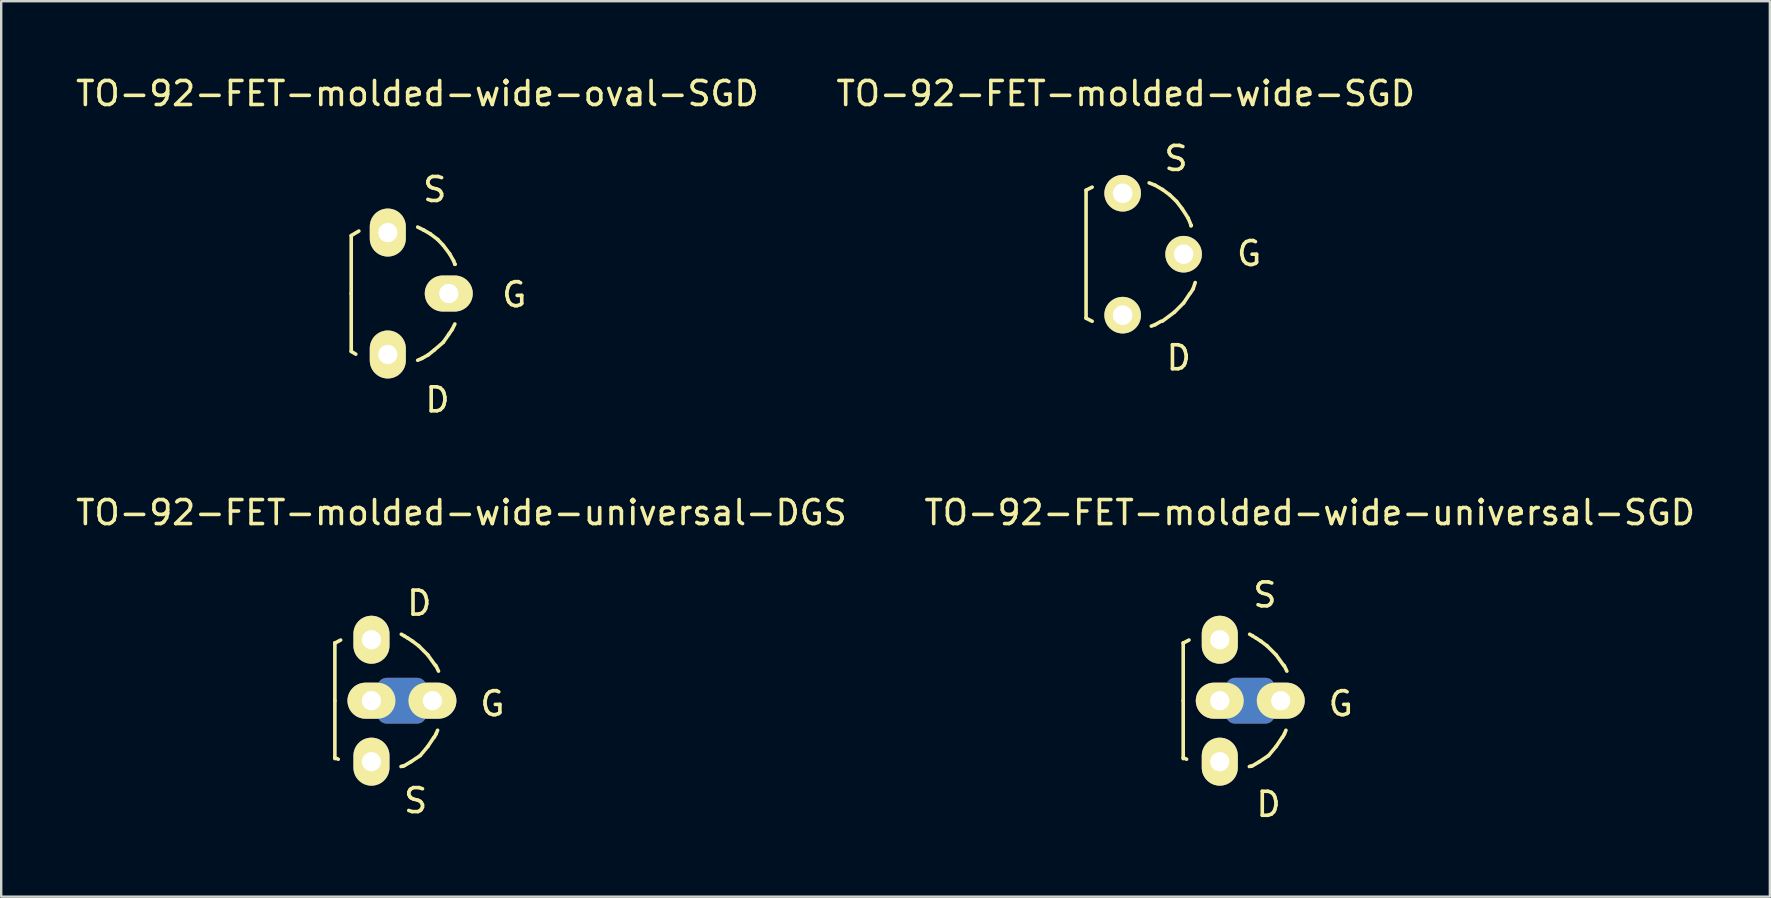
<source format=kicad_pcb>
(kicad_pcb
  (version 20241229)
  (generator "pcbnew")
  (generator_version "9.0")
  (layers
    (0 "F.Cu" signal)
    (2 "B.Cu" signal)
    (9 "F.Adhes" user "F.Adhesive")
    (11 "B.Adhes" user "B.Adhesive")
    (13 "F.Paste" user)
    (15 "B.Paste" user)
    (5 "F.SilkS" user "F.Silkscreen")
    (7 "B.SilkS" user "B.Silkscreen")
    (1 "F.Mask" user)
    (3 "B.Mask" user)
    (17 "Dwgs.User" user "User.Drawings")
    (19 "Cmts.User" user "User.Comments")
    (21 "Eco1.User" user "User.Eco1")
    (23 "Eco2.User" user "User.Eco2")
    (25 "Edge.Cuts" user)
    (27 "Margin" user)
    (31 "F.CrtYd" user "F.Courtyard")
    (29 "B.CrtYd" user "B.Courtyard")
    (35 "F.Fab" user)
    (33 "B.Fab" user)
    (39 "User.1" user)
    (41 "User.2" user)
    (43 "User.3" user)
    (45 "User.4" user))
  (footprint "TO-92-FET-molded-wide-universal-DGS"
    (layer "F.Cu")
    (at 12.426 26.144)
    (property "Reference" "TO-92-FET-molded-wide-universal-DGS" (at 3.747 -7.836 0) (layer "F.SilkS") (effects (font (size 1 1) (thickness 0.15))))
    (attr through_hole)
    (fp_line (start 0.635 -0.572) (end 1.905 -0.572) (stroke (width 0.762) (type solid)) (layer "F.Cu"))
    (fp_line (start 0.635 0.572) (end 1.905 0.572) (stroke (width 0.762) (type solid)) (layer "F.Cu"))
    (fp_line (start 0.889 0) (end 1.524 0) (stroke (width 0.762) (type solid)) (layer "F.Cu"))
    (fp_line (start 0.635 -0.572) (end 1.905 -0.572) (stroke (width 0.762) (type solid)) (layer "B.Cu"))
    (fp_line (start 0.635 0.572) (end 1.905 0.572) (stroke (width 0.762) (type solid)) (layer "B.Cu"))
    (fp_line (start 0.889 0) (end 1.524 0) (stroke (width 0.762) (type solid)) (layer "B.Cu"))
    (fp_line (start -1.524 -2.4) (end -1.283 -2.527) (stroke (width 0.15) (type solid)) (layer "F.SilkS"))
    (fp_line (start -1.524 0) (end -1.524 -2.413) (stroke (width 0.15) (type solid)) (layer "F.SilkS"))
    (fp_line (start -1.524 0) (end -1.524 2.413) (stroke (width 0.15) (type solid)) (layer "F.SilkS"))
    (fp_line (start -1.524 2.375) (end -1.384 2.438) (stroke (width 0.15) (type solid)) (layer "F.SilkS"))
    (fp_line (start 1.308 2.718) (end 1.232 2.743) (stroke (width 0.15) (type solid)) (layer "F.SilkS"))
    (fp_line (start 1.359 -2.705) (end 1.245 -2.769) (stroke (width 0.15) (type solid)) (layer "F.SilkS"))
    (fp_line (start 1.499 -2.616) (end 1.359 -2.705) (stroke (width 0.15) (type solid)) (layer "F.SilkS"))
    (fp_line (start 1.524 -2.603) (end 1.714 -2.477) (stroke (width 0.15) (type solid)) (layer "F.SilkS"))
    (fp_line (start 1.651 2.54) (end 1.333 2.731) (stroke (width 0.15) (type solid)) (layer "F.SilkS"))
    (fp_line (start 1.714 -2.477) (end 1.968 -2.286) (stroke (width 0.15) (type solid)) (layer "F.SilkS"))
    (fp_line (start 1.968 -2.286) (end 2.349 -1.905) (stroke (width 0.15) (type solid)) (layer "F.SilkS"))
    (fp_line (start 2.032 2.286) (end 1.651 2.54) (stroke (width 0.15) (type solid)) (layer "F.SilkS"))
    (fp_line (start 2.349 -1.905) (end 2.667 -1.46) (stroke (width 0.15) (type solid)) (layer "F.SilkS"))
    (fp_line (start 2.349 1.905) (end 2.032 2.286) (stroke (width 0.15) (type solid)) (layer "F.SilkS"))
    (fp_line (start 2.603 1.524) (end 2.349 1.905) (stroke (width 0.15) (type solid)) (layer "F.SilkS"))
    (fp_line (start 2.616 1.524) (end 2.692 1.384) (stroke (width 0.15) (type solid)) (layer "F.SilkS"))
    (fp_line (start 2.68 -1.473) (end 2.794 -1.232) (stroke (width 0.15) (type solid)) (layer "F.SilkS"))
    (fp_line (start 2.692 1.384) (end 2.756 1.232) (stroke (width 0.15) (type solid)) (layer "F.SilkS"))
    (fp_text user "S" (at 1.841 4.166 0) (layer "F.SilkS") (effects (font (size 1 1) (thickness 0.15))))
    (fp_text user "D" (at 1.994 -4.064 0) (layer "F.SilkS") (effects (font (size 1 1) (thickness 0.15))))
    (fp_text user "G" (at 5.042 0.127 0) (layer "F.SilkS") (effects (font (size 1 1) (thickness 0.15))))
    (pad "D" thru_hole oval (at 0 -2.54) (size 1.501 1.999) (drill 0.8) (layers "*.Cu" "*.Mask" "F.SilkS"))
    (pad "G" thru_hole oval (at 0 0 90) (size 1.501 1.999) (drill 0.8) (layers "*.Cu" "*.Mask" "F.SilkS"))
    (pad "G" thru_hole oval (at 2.54 0) (size 1.999 1.501) (drill 0.8) (layers "*.Cu" "*.Mask" "F.SilkS" "F.Paste"))
    (pad "S" thru_hole oval (at 0 2.54) (size 1.501 1.999) (drill 0.8) (layers "*.Cu" "*.Mask" "F.SilkS")))
  (footprint "TO-92-FET-molded-wide-oval-SGD"
    (layer "F.Cu")
    (at 13.107 9.179)
    (property "Reference" "TO-92-FET-molded-wide-oval-SGD" (at 1.232 -8.331 0) (layer "F.SilkS") (effects (font (size 1 1) (thickness 0.15))))
    (attr through_hole)
    (fp_line (start -1.524 -2.413) (end -1.206 -2.603) (stroke (width 0.15) (type solid)) (layer "F.SilkS"))
    (fp_line (start -1.524 0) (end -1.524 -2.413) (stroke (width 0.15) (type solid)) (layer "F.SilkS"))
    (fp_line (start -1.524 0) (end -1.524 2.413) (stroke (width 0.15) (type solid)) (layer "F.SilkS"))
    (fp_line (start -1.524 2.413) (end -1.333 2.527) (stroke (width 0.15) (type solid)) (layer "F.SilkS"))
    (fp_line (start 1.245 -2.769) (end 1.499 -2.642) (stroke (width 0.15) (type solid)) (layer "F.SilkS"))
    (fp_line (start 1.422 2.705) (end 1.245 2.781) (stroke (width 0.15) (type solid)) (layer "F.SilkS"))
    (fp_line (start 1.499 -2.642) (end 1.765 -2.489) (stroke (width 0.15) (type solid)) (layer "F.SilkS"))
    (fp_line (start 1.689 2.553) (end 1.422 2.705) (stroke (width 0.15) (type solid)) (layer "F.SilkS"))
    (fp_line (start 1.765 -2.489) (end 2.083 -2.248) (stroke (width 0.15) (type solid)) (layer "F.SilkS"))
    (fp_line (start 1.943 2.349) (end 1.689 2.553) (stroke (width 0.15) (type solid)) (layer "F.SilkS"))
    (fp_line (start 2.083 -2.248) (end 2.311 -2.007) (stroke (width 0.15) (type solid)) (layer "F.SilkS"))
    (fp_line (start 2.311 -2.007) (end 2.578 -1.651) (stroke (width 0.15) (type solid)) (layer "F.SilkS"))
    (fp_line (start 2.311 2.032) (end 1.943 2.349) (stroke (width 0.15) (type solid)) (layer "F.SilkS"))
    (fp_line (start 2.54 1.702) (end 2.311 2.032) (stroke (width 0.15) (type solid)) (layer "F.SilkS"))
    (fp_line (start 2.578 -1.651) (end 2.743 -1.359) (stroke (width 0.15) (type solid)) (layer "F.SilkS"))
    (fp_line (start 2.68 1.499) (end 2.54 1.702) (stroke (width 0.15) (type solid)) (layer "F.SilkS"))
    (fp_line (start 2.743 -1.359) (end 2.794 -1.219) (stroke (width 0.15) (type solid)) (layer "F.SilkS"))
    (fp_line (start 2.794 -1.219) (end 2.807 -1.219) (stroke (width 0.15) (type solid)) (layer "F.SilkS"))
    (fp_line (start 2.794 1.27) (end 2.68 1.499) (stroke (width 0.15) (type solid)) (layer "F.SilkS"))
    (fp_text user "S" (at 1.956 -4.331 0) (layer "F.SilkS") (effects (font (size 1 1) (thickness 0.15))))
    (fp_text user "G" (at 5.271 0.051 0) (layer "F.SilkS") (effects (font (size 1 1) (thickness 0.15))))
    (fp_text user "D" (at 2.07 4.432 0) (layer "F.SilkS") (effects (font (size 1 1) (thickness 0.15))))
    (pad "D" thru_hole oval (at 0 2.54) (size 1.501 1.999) (drill 0.8) (layers "*.Cu" "*.Mask" "F.SilkS"))
    (pad "G" thru_hole oval (at 2.54 0) (size 1.999 1.501) (drill 0.8) (layers "*.Cu" "*.Mask" "F.SilkS"))
    (pad "S" thru_hole oval (at 0 -2.54) (size 1.501 1.999) (drill 0.8) (layers "*.Cu" "*.Mask" "F.SilkS")))
  (footprint "TO-92-FET-molded-wide-universal-SGD"
    (layer "F.Cu")
    (at 47.771 26.144)
    (property "Reference" "TO-92-FET-molded-wide-universal-SGD" (at 3.747 -7.836 0) (layer "F.SilkS") (effects (font (size 1 1) (thickness 0.15))))
    (attr through_hole)
    (fp_line (start 0.635 -0.572) (end 1.905 -0.572) (stroke (width 0.762) (type solid)) (layer "F.Cu"))
    (fp_line (start 0.635 0.572) (end 1.905 0.572) (stroke (width 0.762) (type solid)) (layer "F.Cu"))
    (fp_line (start 0.889 0) (end 1.524 0) (stroke (width 0.762) (type solid)) (layer "F.Cu"))
    (fp_line (start 0.635 -0.572) (end 1.905 -0.572) (stroke (width 0.762) (type solid)) (layer "B.Cu"))
    (fp_line (start 0.635 0.572) (end 1.905 0.572) (stroke (width 0.762) (type solid)) (layer "B.Cu"))
    (fp_line (start 0.889 0) (end 1.524 0) (stroke (width 0.762) (type solid)) (layer "B.Cu"))
    (fp_line (start -1.524 -2.4) (end -1.283 -2.527) (stroke (width 0.15) (type solid)) (layer "F.SilkS"))
    (fp_line (start -1.524 0) (end -1.524 -2.413) (stroke (width 0.15) (type solid)) (layer "F.SilkS"))
    (fp_line (start -1.524 0) (end -1.524 2.413) (stroke (width 0.15) (type solid)) (layer "F.SilkS"))
    (fp_line (start -1.524 2.375) (end -1.384 2.438) (stroke (width 0.15) (type solid)) (layer "F.SilkS"))
    (fp_line (start 1.308 2.718) (end 1.232 2.743) (stroke (width 0.15) (type solid)) (layer "F.SilkS"))
    (fp_line (start 1.359 -2.705) (end 1.245 -2.769) (stroke (width 0.15) (type solid)) (layer "F.SilkS"))
    (fp_line (start 1.499 -2.616) (end 1.359 -2.705) (stroke (width 0.15) (type solid)) (layer "F.SilkS"))
    (fp_line (start 1.524 -2.603) (end 1.714 -2.477) (stroke (width 0.15) (type solid)) (layer "F.SilkS"))
    (fp_line (start 1.651 2.54) (end 1.333 2.731) (stroke (width 0.15) (type solid)) (layer "F.SilkS"))
    (fp_line (start 1.714 -2.477) (end 1.968 -2.286) (stroke (width 0.15) (type solid)) (layer "F.SilkS"))
    (fp_line (start 1.968 -2.286) (end 2.349 -1.905) (stroke (width 0.15) (type solid)) (layer "F.SilkS"))
    (fp_line (start 2.032 2.286) (end 1.651 2.54) (stroke (width 0.15) (type solid)) (layer "F.SilkS"))
    (fp_line (start 2.349 -1.905) (end 2.667 -1.46) (stroke (width 0.15) (type solid)) (layer "F.SilkS"))
    (fp_line (start 2.349 1.905) (end 2.032 2.286) (stroke (width 0.15) (type solid)) (layer "F.SilkS"))
    (fp_line (start 2.603 1.524) (end 2.349 1.905) (stroke (width 0.15) (type solid)) (layer "F.SilkS"))
    (fp_line (start 2.616 1.524) (end 2.692 1.384) (stroke (width 0.15) (type solid)) (layer "F.SilkS"))
    (fp_line (start 2.68 -1.473) (end 2.794 -1.232) (stroke (width 0.15) (type solid)) (layer "F.SilkS"))
    (fp_line (start 2.692 1.384) (end 2.756 1.232) (stroke (width 0.15) (type solid)) (layer "F.SilkS"))
    (fp_text user "D" (at 2.032 4.318 0) (layer "F.SilkS") (effects (font (size 1 1) (thickness 0.15))))
    (fp_text user "S" (at 1.88 -4.407 0) (layer "F.SilkS") (effects (font (size 1 1) (thickness 0.15))))
    (fp_text user "G" (at 5.042 0.127 0) (layer "F.SilkS") (effects (font (size 1 1) (thickness 0.15))))
    (pad "D" thru_hole oval (at 0 2.54) (size 1.501 1.999) (drill 0.8) (layers "*.Cu" "*.Mask" "F.SilkS"))
    (pad "G" thru_hole oval (at 0 0 90) (size 1.501 1.999) (drill 0.8) (layers "*.Cu" "*.Mask" "F.SilkS"))
    (pad "G" thru_hole oval (at 2.54 0) (size 1.999 1.501) (drill 0.8) (layers "*.Cu" "*.Mask" "F.SilkS" "F.Paste"))
    (pad "S" thru_hole oval (at 0 -2.54) (size 1.501 1.999) (drill 0.8) (layers "*.Cu" "*.Mask" "F.SilkS")))
  (footprint "TO-92-FET-molded-wide-SGD"
    (layer "F.Cu")
    (at 43.724 7.541)
    (property "Reference" "TO-92-FET-molded-wide-SGD" (at 0.127 -6.693 0) (layer "F.SilkS") (effects (font (size 1 1) (thickness 0.15))))
    (attr through_hole)
    (fp_line (start -1.524 -2.667) (end -1.524 2.667) (stroke (width 0.15) (type solid)) (layer "F.SilkS"))
    (fp_line (start -1.524 -2.667) (end -1.27 -2.794) (stroke (width 0.15) (type solid)) (layer "F.SilkS"))
    (fp_line (start -1.27 2.794) (end -1.524 2.667) (stroke (width 0.15) (type solid)) (layer "F.SilkS"))
    (fp_line (start 1.105 -2.972) (end 1.359 -2.87) (stroke (width 0.15) (type solid)) (layer "F.SilkS"))
    (fp_line (start 1.359 -2.87) (end 1.664 -2.692) (stroke (width 0.15) (type solid)) (layer "F.SilkS"))
    (fp_line (start 1.359 2.934) (end 1.194 2.997) (stroke (width 0.15) (type solid)) (layer "F.SilkS"))
    (fp_line (start 1.6 2.794) (end 1.359 2.934) (stroke (width 0.15) (type solid)) (layer "F.SilkS"))
    (fp_line (start 1.664 -2.692) (end 1.956 -2.477) (stroke (width 0.15) (type solid)) (layer "F.SilkS"))
    (fp_line (start 1.956 -2.477) (end 2.248 -2.197) (stroke (width 0.15) (type solid)) (layer "F.SilkS"))
    (fp_line (start 2.159 2.413) (end 1.651 2.794) (stroke (width 0.15) (type solid)) (layer "F.SilkS"))
    (fp_line (start 2.248 -2.197) (end 2.489 -1.88) (stroke (width 0.15) (type solid)) (layer "F.SilkS"))
    (fp_line (start 2.489 -1.88) (end 2.731 -1.499) (stroke (width 0.15) (type solid)) (layer "F.SilkS"))
    (fp_line (start 2.54 2.032) (end 2.159 2.413) (stroke (width 0.15) (type solid)) (layer "F.SilkS"))
    (fp_line (start 2.731 -1.499) (end 2.857 -1.194) (stroke (width 0.15) (type solid)) (layer "F.SilkS"))
    (fp_line (start 2.794 1.651) (end 2.54 2.032) (stroke (width 0.15) (type solid)) (layer "F.SilkS"))
    (fp_line (start 2.819 1.626) (end 2.934 1.448) (stroke (width 0.15) (type solid)) (layer "F.SilkS"))
    (fp_line (start 2.857 -1.194) (end 2.845 -1.181) (stroke (width 0.15) (type solid)) (layer "F.SilkS"))
    (fp_line (start 2.934 1.448) (end 3.023 1.181) (stroke (width 0.15) (type solid)) (layer "F.SilkS"))
    (fp_text user "G" (at 5.271 -0.025 0) (layer "F.SilkS") (effects (font (size 1 1) (thickness 0.15))))
    (fp_text user "D" (at 2.337 4.318 0) (layer "F.SilkS") (effects (font (size 1 1) (thickness 0.15))))
    (fp_text user "S" (at 2.223 -3.988 0) (layer "F.SilkS") (effects (font (size 1 1) (thickness 0.15))))
    (pad "D" thru_hole circle (at 0 2.54) (size 1.524 1.524) (drill 0.813) (layers "*.Cu" "*.Mask" "F.SilkS"))
    (pad "G" thru_hole circle (at 2.54 0) (size 1.524 1.524) (drill 0.813) (layers "*.Cu" "*.Mask" "F.SilkS"))
    (pad "S" thru_hole circle (at 0 -2.54) (size 1.524 1.524) (drill 0.813) (layers "*.Cu" "*.Mask" "F.SilkS")))
  (gr_rect
    (start -3 -3)
    (end 70.69 34.31)
    (stroke (width 0.1) (type default))
    (fill no)
    (layer "Edge.Cuts")))
</source>
